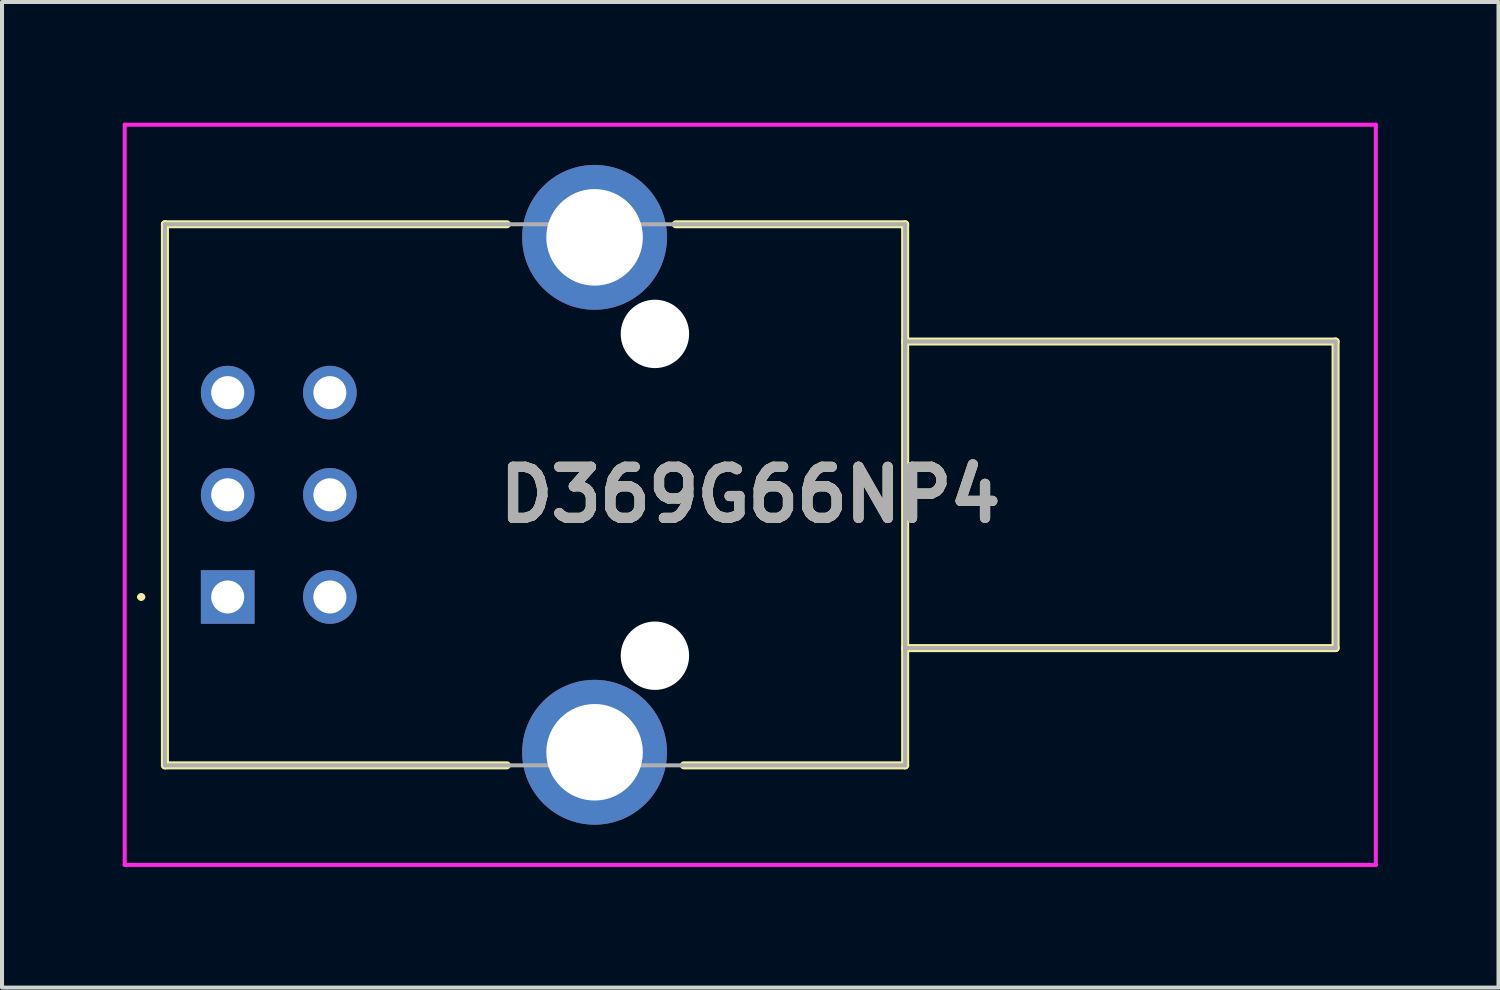
<source format=kicad_pcb>
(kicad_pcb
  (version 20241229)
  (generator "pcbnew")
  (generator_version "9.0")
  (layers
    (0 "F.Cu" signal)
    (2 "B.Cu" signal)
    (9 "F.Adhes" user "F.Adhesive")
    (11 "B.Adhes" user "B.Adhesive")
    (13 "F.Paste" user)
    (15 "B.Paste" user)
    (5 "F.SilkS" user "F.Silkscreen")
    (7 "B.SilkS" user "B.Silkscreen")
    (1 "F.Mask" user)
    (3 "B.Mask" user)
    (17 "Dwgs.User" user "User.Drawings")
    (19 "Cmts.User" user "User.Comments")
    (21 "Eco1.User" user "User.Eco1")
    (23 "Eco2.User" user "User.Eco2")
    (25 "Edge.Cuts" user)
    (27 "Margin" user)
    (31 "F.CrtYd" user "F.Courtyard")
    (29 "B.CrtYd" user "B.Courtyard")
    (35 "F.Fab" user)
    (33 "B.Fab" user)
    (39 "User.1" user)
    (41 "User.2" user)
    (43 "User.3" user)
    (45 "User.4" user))
  (footprint "D369G66NP4"
    (layer "F.Cu")
    (at 2.61 11.79)
    (property "Reference" "D369G66NP4" (at 12.99 -2.54 0) (layer "F.SilkS") (effects (font (size 1.27 1.27) (thickness 0.254))))
    (attr through_hole)
    (fp_line (start -2.2 0) (end -2.2 0) (stroke (width 0.1) (type solid)) (layer "F.SilkS"))
    (fp_line (start -2.1 0) (end -2.1 0) (stroke (width 0.1) (type solid)) (layer "F.SilkS"))
    (fp_line (start -1.56 -9.265) (end 6.94 -9.265) (stroke (width 0.2) (type solid)) (layer "F.SilkS"))
    (fp_line (start -1.56 4.185) (end -1.56 -9.265) (stroke (width 0.2) (type solid)) (layer "F.SilkS"))
    (fp_line (start 6.94 4.185) (end -1.56 4.185) (stroke (width 0.2) (type solid)) (layer "F.SilkS"))
    (fp_line (start 11.14 -9.265) (end 16.84 -9.265) (stroke (width 0.2) (type solid)) (layer "F.SilkS"))
    (fp_line (start 16.84 -9.265) (end 16.84 -6.34) (stroke (width 0.2) (type solid)) (layer "F.SilkS"))
    (fp_line (start 16.84 -6.35) (end 27.54 -6.35) (stroke (width 0.2) (type solid)) (layer "F.SilkS"))
    (fp_line (start 16.84 1.26) (end 16.84 4.185) (stroke (width 0.2) (type solid)) (layer "F.SilkS"))
    (fp_line (start 16.84 1.27) (end 16.84 -6.35) (stroke (width 0.2) (type solid)) (layer "F.SilkS"))
    (fp_line (start 16.84 4.185) (end 11.34 4.185) (stroke (width 0.2) (type solid)) (layer "F.SilkS"))
    (fp_line (start 27.54 -6.35) (end 27.54 1.27) (stroke (width 0.2) (type solid)) (layer "F.SilkS"))
    (fp_line (start 27.54 1.27) (end 16.84 1.27) (stroke (width 0.2) (type solid)) (layer "F.SilkS"))
    (fp_arc (start -2.2 0) (mid -2.15 -0.05) (end -2.1 0) (stroke (width 0.1) (type solid)) (layer "F.SilkS"))
    (fp_arc (start -2.1 0) (mid -2.15 0.05) (end -2.2 0) (stroke (width 0.1) (type solid)) (layer "F.SilkS"))
    (fp_line (start -2.56 -11.74) (end 28.54 -11.74) (stroke (width 0.1) (type solid)) (layer "F.CrtYd"))
    (fp_line (start -2.56 6.66) (end -2.56 -11.74) (stroke (width 0.1) (type solid)) (layer "F.CrtYd"))
    (fp_line (start 28.54 -11.74) (end 28.54 6.66) (stroke (width 0.1) (type solid)) (layer "F.CrtYd"))
    (fp_line (start 28.54 6.66) (end -2.56 6.66) (stroke (width 0.1) (type solid)) (layer "F.CrtYd"))
    (fp_line (start -1.56 -9.265) (end -1.56 4.185) (stroke (width 0.1) (type solid)) (layer "F.Fab"))
    (fp_line (start -1.56 4.185) (end 16.84 4.185) (stroke (width 0.1) (type solid)) (layer "F.Fab"))
    (fp_line (start 16.84 -9.265) (end -1.56 -9.265) (stroke (width 0.1) (type solid)) (layer "F.Fab"))
    (fp_line (start 16.84 -6.35) (end 27.54 -6.35) (stroke (width 0.1) (type solid)) (layer "F.Fab"))
    (fp_line (start 16.84 1.27) (end 16.84 -6.35) (stroke (width 0.1) (type solid)) (layer "F.Fab"))
    (fp_line (start 16.84 4.185) (end 16.84 -9.265) (stroke (width 0.1) (type solid)) (layer "F.Fab"))
    (fp_line (start 27.54 -6.35) (end 27.54 1.27) (stroke (width 0.1) (type solid)) (layer "F.Fab"))
    (fp_line (start 27.54 1.27) (end 16.84 1.27) (stroke (width 0.1) (type solid)) (layer "F.Fab"))
    (fp_text user "${REFERENCE}" (at 12.99 -2.54 0) (layer "F.Fab") (effects (font (size 1.27 1.27) (thickness 0.254))))
    (pad "" np_thru_hole circle (at 10.62 -6.54) (size 1.7 1.7) (drill 1.7) (layers "*.Cu" "*.Mask"))
    (pad "" np_thru_hole circle (at 10.62 1.46) (size 1.7 1.7) (drill 1.7) (layers "*.Cu" "*.Mask"))
    (pad "1" thru_hole rect (at 0 0) (size 1.333 1.333) (drill 0.82) (layers "*.Cu" "*.Mask"))
    (pad "2" thru_hole circle (at 0 -2.54) (size 1.333 1.333) (drill 0.82) (layers "*.Cu" "*.Mask"))
    (pad "3" thru_hole circle (at 0 -5.08) (size 1.333 1.333) (drill 0.82) (layers "*.Cu" "*.Mask"))
    (pad "4" thru_hole circle (at 2.54 -5.08) (size 1.333 1.333) (drill 0.82) (layers "*.Cu" "*.Mask"))
    (pad "5" thru_hole circle (at 2.54 -2.54) (size 1.333 1.333) (drill 0.82) (layers "*.Cu" "*.Mask"))
    (pad "6" thru_hole circle (at 2.54 0) (size 1.333 1.333) (drill 0.82) (layers "*.Cu" "*.Mask"))
    (pad "MH1" thru_hole circle (at 9.12 3.86) (size 3.6 3.6) (drill 2.4) (layers "*.Cu" "*.Mask"))
    (pad "MH2" thru_hole circle (at 9.12 -8.94) (size 3.6 3.6) (drill 2.4) (layers "*.Cu" "*.Mask")))
  (gr_rect
    (start -3 -3)
    (end 34.2 21.5)
    (stroke (width 0.1) (type default))
    (fill no)
    (layer "Edge.Cuts")))
</source>
